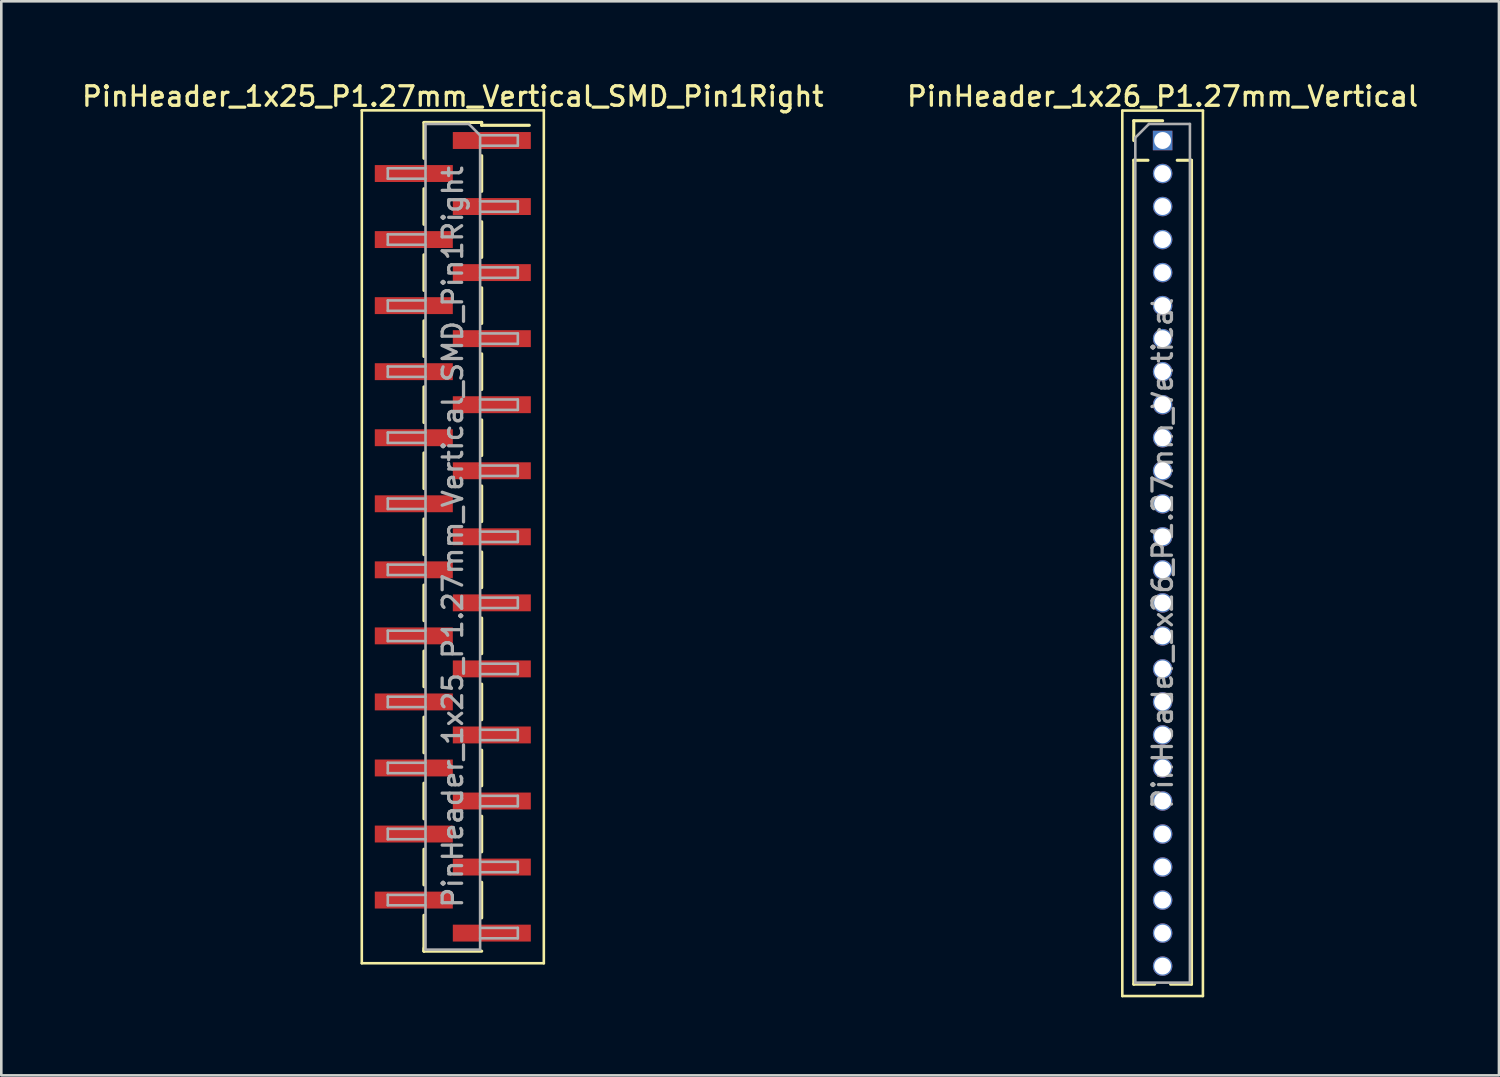
<source format=kicad_pcb>
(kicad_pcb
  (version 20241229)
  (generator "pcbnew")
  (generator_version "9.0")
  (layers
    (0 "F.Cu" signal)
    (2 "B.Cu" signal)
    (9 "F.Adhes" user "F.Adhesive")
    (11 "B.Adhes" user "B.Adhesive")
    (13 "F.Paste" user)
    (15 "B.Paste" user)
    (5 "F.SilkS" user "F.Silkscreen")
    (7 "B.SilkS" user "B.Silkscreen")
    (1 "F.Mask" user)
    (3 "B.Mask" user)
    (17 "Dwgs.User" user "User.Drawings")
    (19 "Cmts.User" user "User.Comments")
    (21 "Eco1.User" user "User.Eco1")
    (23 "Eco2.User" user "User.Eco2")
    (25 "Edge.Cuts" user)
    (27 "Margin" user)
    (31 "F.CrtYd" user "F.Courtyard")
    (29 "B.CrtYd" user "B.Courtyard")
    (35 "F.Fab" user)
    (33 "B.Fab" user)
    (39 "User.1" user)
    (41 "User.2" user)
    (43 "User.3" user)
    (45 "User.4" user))
  (footprint "PinHeader_1x25_P1.27mm_Vertical_SMD_Pin1Right"
    (layer "F.Cu")
    (at 14.363 17.593)
    (property "Reference" "PinHeader_1x25_P1.27mm_Vertical_SMD_Pin1Right" (at 0 -16.935 0) (layer "F.SilkS") (effects (font (size 0.75 0.75) (thickness 0.125))))
    (attr smd)
    (fp_line (start -3.5 -16.4) (end -3.5 16.4) (stroke (width 0.1) (type solid)) (layer "F.SilkS"))
    (fp_line (start -3.5 16.4) (end 3.5 16.4) (stroke (width 0.1) (type solid)) (layer "F.SilkS"))
    (fp_line (start -1.11 -15.935) (end 1.11 -15.935) (stroke (width 0.12) (type solid)) (layer "F.SilkS"))
    (fp_line (start -1.11 -15.925) (end -1.11 -14.555) (stroke (width 0.12) (type solid)) (layer "F.SilkS"))
    (fp_line (start -1.11 -13.385) (end -1.11 -12.015) (stroke (width 0.12) (type solid)) (layer "F.SilkS"))
    (fp_line (start -1.11 -10.845) (end -1.11 -9.475) (stroke (width 0.12) (type solid)) (layer "F.SilkS"))
    (fp_line (start -1.11 -8.305) (end -1.11 -6.935) (stroke (width 0.12) (type solid)) (layer "F.SilkS"))
    (fp_line (start -1.11 -5.765) (end -1.11 -4.395) (stroke (width 0.12) (type solid)) (layer "F.SilkS"))
    (fp_line (start -1.11 -3.225) (end -1.11 -1.855) (stroke (width 0.12) (type solid)) (layer "F.SilkS"))
    (fp_line (start -1.11 -0.685) (end -1.11 0.685) (stroke (width 0.12) (type solid)) (layer "F.SilkS"))
    (fp_line (start -1.11 1.855) (end -1.11 3.225) (stroke (width 0.12) (type solid)) (layer "F.SilkS"))
    (fp_line (start -1.11 4.395) (end -1.11 5.765) (stroke (width 0.12) (type solid)) (layer "F.SilkS"))
    (fp_line (start -1.11 6.935) (end -1.11 8.305) (stroke (width 0.12) (type solid)) (layer "F.SilkS"))
    (fp_line (start -1.11 9.475) (end -1.11 10.845) (stroke (width 0.12) (type solid)) (layer "F.SilkS"))
    (fp_line (start -1.11 12.015) (end -1.11 13.385) (stroke (width 0.12) (type solid)) (layer "F.SilkS"))
    (fp_line (start -1.11 14.555) (end -1.11 15.925) (stroke (width 0.12) (type solid)) (layer "F.SilkS"))
    (fp_line (start -1.11 15.825) (end -1.11 15.935) (stroke (width 0.12) (type solid)) (layer "F.SilkS"))
    (fp_line (start -1.11 15.935) (end 1.11 15.935) (stroke (width 0.12) (type solid)) (layer "F.SilkS"))
    (fp_line (start 1.11 -15.935) (end 1.11 -15.825) (stroke (width 0.12) (type solid)) (layer "F.SilkS"))
    (fp_line (start 1.11 -15.825) (end 2.94 -15.825) (stroke (width 0.12) (type solid)) (layer "F.SilkS"))
    (fp_line (start 1.11 -14.655) (end 1.11 -13.285) (stroke (width 0.12) (type solid)) (layer "F.SilkS"))
    (fp_line (start 1.11 -12.115) (end 1.11 -10.745) (stroke (width 0.12) (type solid)) (layer "F.SilkS"))
    (fp_line (start 1.11 -9.575) (end 1.11 -8.205) (stroke (width 0.12) (type solid)) (layer "F.SilkS"))
    (fp_line (start 1.11 -7.035) (end 1.11 -5.665) (stroke (width 0.12) (type solid)) (layer "F.SilkS"))
    (fp_line (start 1.11 -4.495) (end 1.11 -3.125) (stroke (width 0.12) (type solid)) (layer "F.SilkS"))
    (fp_line (start 1.11 -1.955) (end 1.11 -0.585) (stroke (width 0.12) (type solid)) (layer "F.SilkS"))
    (fp_line (start 1.11 0.585) (end 1.11 1.955) (stroke (width 0.12) (type solid)) (layer "F.SilkS"))
    (fp_line (start 1.11 3.125) (end 1.11 4.495) (stroke (width 0.12) (type solid)) (layer "F.SilkS"))
    (fp_line (start 1.11 5.665) (end 1.11 7.035) (stroke (width 0.12) (type solid)) (layer "F.SilkS"))
    (fp_line (start 1.11 8.205) (end 1.11 9.575) (stroke (width 0.12) (type solid)) (layer "F.SilkS"))
    (fp_line (start 1.11 10.745) (end 1.11 12.115) (stroke (width 0.12) (type solid)) (layer "F.SilkS"))
    (fp_line (start 1.11 13.285) (end 1.11 14.655) (stroke (width 0.12) (type solid)) (layer "F.SilkS"))
    (fp_line (start 3.5 -16.4) (end -3.5 -16.4) (stroke (width 0.1) (type solid)) (layer "F.SilkS"))
    (fp_line (start 3.5 16.4) (end 3.5 -16.4) (stroke (width 0.1) (type solid)) (layer "F.SilkS"))
    (fp_line (start -2.5 -14.17) (end -2.5 -13.77) (stroke (width 0.1) (type solid)) (layer "F.Fab"))
    (fp_line (start -2.5 -13.77) (end -1.05 -13.77) (stroke (width 0.1) (type solid)) (layer "F.Fab"))
    (fp_line (start -2.5 -11.63) (end -2.5 -11.23) (stroke (width 0.1) (type solid)) (layer "F.Fab"))
    (fp_line (start -2.5 -11.23) (end -1.05 -11.23) (stroke (width 0.1) (type solid)) (layer "F.Fab"))
    (fp_line (start -2.5 -9.09) (end -2.5 -8.69) (stroke (width 0.1) (type solid)) (layer "F.Fab"))
    (fp_line (start -2.5 -8.69) (end -1.05 -8.69) (stroke (width 0.1) (type solid)) (layer "F.Fab"))
    (fp_line (start -2.5 -6.55) (end -2.5 -6.15) (stroke (width 0.1) (type solid)) (layer "F.Fab"))
    (fp_line (start -2.5 -6.15) (end -1.05 -6.15) (stroke (width 0.1) (type solid)) (layer "F.Fab"))
    (fp_line (start -2.5 -4.01) (end -2.5 -3.61) (stroke (width 0.1) (type solid)) (layer "F.Fab"))
    (fp_line (start -2.5 -3.61) (end -1.05 -3.61) (stroke (width 0.1) (type solid)) (layer "F.Fab"))
    (fp_line (start -2.5 -1.47) (end -2.5 -1.07) (stroke (width 0.1) (type solid)) (layer "F.Fab"))
    (fp_line (start -2.5 -1.07) (end -1.05 -1.07) (stroke (width 0.1) (type solid)) (layer "F.Fab"))
    (fp_line (start -2.5 1.07) (end -2.5 1.47) (stroke (width 0.1) (type solid)) (layer "F.Fab"))
    (fp_line (start -2.5 1.47) (end -1.05 1.47) (stroke (width 0.1) (type solid)) (layer "F.Fab"))
    (fp_line (start -2.5 3.61) (end -2.5 4.01) (stroke (width 0.1) (type solid)) (layer "F.Fab"))
    (fp_line (start -2.5 4.01) (end -1.05 4.01) (stroke (width 0.1) (type solid)) (layer "F.Fab"))
    (fp_line (start -2.5 6.15) (end -2.5 6.55) (stroke (width 0.1) (type solid)) (layer "F.Fab"))
    (fp_line (start -2.5 6.55) (end -1.05 6.55) (stroke (width 0.1) (type solid)) (layer "F.Fab"))
    (fp_line (start -2.5 8.69) (end -2.5 9.09) (stroke (width 0.1) (type solid)) (layer "F.Fab"))
    (fp_line (start -2.5 9.09) (end -1.05 9.09) (stroke (width 0.1) (type solid)) (layer "F.Fab"))
    (fp_line (start -2.5 11.23) (end -2.5 11.63) (stroke (width 0.1) (type solid)) (layer "F.Fab"))
    (fp_line (start -2.5 11.63) (end -1.05 11.63) (stroke (width 0.1) (type solid)) (layer "F.Fab"))
    (fp_line (start -2.5 13.77) (end -2.5 14.17) (stroke (width 0.1) (type solid)) (layer "F.Fab"))
    (fp_line (start -2.5 14.17) (end -1.05 14.17) (stroke (width 0.1) (type solid)) (layer "F.Fab"))
    (fp_line (start -1.05 -15.875) (end -1.05 15.875) (stroke (width 0.1) (type solid)) (layer "F.Fab"))
    (fp_line (start -1.05 -15.875) (end 0.615 -15.875) (stroke (width 0.1) (type solid)) (layer "F.Fab"))
    (fp_line (start -1.05 -14.17) (end -2.5 -14.17) (stroke (width 0.1) (type solid)) (layer "F.Fab"))
    (fp_line (start -1.05 -11.63) (end -2.5 -11.63) (stroke (width 0.1) (type solid)) (layer "F.Fab"))
    (fp_line (start -1.05 -9.09) (end -2.5 -9.09) (stroke (width 0.1) (type solid)) (layer "F.Fab"))
    (fp_line (start -1.05 -6.55) (end -2.5 -6.55) (stroke (width 0.1) (type solid)) (layer "F.Fab"))
    (fp_line (start -1.05 -4.01) (end -2.5 -4.01) (stroke (width 0.1) (type solid)) (layer "F.Fab"))
    (fp_line (start -1.05 -1.47) (end -2.5 -1.47) (stroke (width 0.1) (type solid)) (layer "F.Fab"))
    (fp_line (start -1.05 1.07) (end -2.5 1.07) (stroke (width 0.1) (type solid)) (layer "F.Fab"))
    (fp_line (start -1.05 3.61) (end -2.5 3.61) (stroke (width 0.1) (type solid)) (layer "F.Fab"))
    (fp_line (start -1.05 6.15) (end -2.5 6.15) (stroke (width 0.1) (type solid)) (layer "F.Fab"))
    (fp_line (start -1.05 8.69) (end -2.5 8.69) (stroke (width 0.1) (type solid)) (layer "F.Fab"))
    (fp_line (start -1.05 11.23) (end -2.5 11.23) (stroke (width 0.1) (type solid)) (layer "F.Fab"))
    (fp_line (start -1.05 13.77) (end -2.5 13.77) (stroke (width 0.1) (type solid)) (layer "F.Fab"))
    (fp_line (start 1.05 -15.44) (end 0.615 -15.875) (stroke (width 0.1) (type solid)) (layer "F.Fab"))
    (fp_line (start 1.05 -15.44) (end 2.5 -15.44) (stroke (width 0.1) (type solid)) (layer "F.Fab"))
    (fp_line (start 1.05 -12.9) (end 2.5 -12.9) (stroke (width 0.1) (type solid)) (layer "F.Fab"))
    (fp_line (start 1.05 -10.36) (end 2.5 -10.36) (stroke (width 0.1) (type solid)) (layer "F.Fab"))
    (fp_line (start 1.05 -7.82) (end 2.5 -7.82) (stroke (width 0.1) (type solid)) (layer "F.Fab"))
    (fp_line (start 1.05 -5.28) (end 2.5 -5.28) (stroke (width 0.1) (type solid)) (layer "F.Fab"))
    (fp_line (start 1.05 -2.74) (end 2.5 -2.74) (stroke (width 0.1) (type solid)) (layer "F.Fab"))
    (fp_line (start 1.05 -0.2) (end 2.5 -0.2) (stroke (width 0.1) (type solid)) (layer "F.Fab"))
    (fp_line (start 1.05 2.34) (end 2.5 2.34) (stroke (width 0.1) (type solid)) (layer "F.Fab"))
    (fp_line (start 1.05 4.88) (end 2.5 4.88) (stroke (width 0.1) (type solid)) (layer "F.Fab"))
    (fp_line (start 1.05 7.42) (end 2.5 7.42) (stroke (width 0.1) (type solid)) (layer "F.Fab"))
    (fp_line (start 1.05 9.96) (end 2.5 9.96) (stroke (width 0.1) (type solid)) (layer "F.Fab"))
    (fp_line (start 1.05 12.5) (end 2.5 12.5) (stroke (width 0.1) (type solid)) (layer "F.Fab"))
    (fp_line (start 1.05 15.04) (end 2.5 15.04) (stroke (width 0.1) (type solid)) (layer "F.Fab"))
    (fp_line (start 1.05 15.875) (end -1.05 15.875) (stroke (width 0.1) (type solid)) (layer "F.Fab"))
    (fp_line (start 1.05 15.875) (end 1.05 -15.44) (stroke (width 0.1) (type solid)) (layer "F.Fab"))
    (fp_line (start 2.5 -15.44) (end 2.5 -15.04) (stroke (width 0.1) (type solid)) (layer "F.Fab"))
    (fp_line (start 2.5 -15.04) (end 1.05 -15.04) (stroke (width 0.1) (type solid)) (layer "F.Fab"))
    (fp_line (start 2.5 -12.9) (end 2.5 -12.5) (stroke (width 0.1) (type solid)) (layer "F.Fab"))
    (fp_line (start 2.5 -12.5) (end 1.05 -12.5) (stroke (width 0.1) (type solid)) (layer "F.Fab"))
    (fp_line (start 2.5 -10.36) (end 2.5 -9.96) (stroke (width 0.1) (type solid)) (layer "F.Fab"))
    (fp_line (start 2.5 -9.96) (end 1.05 -9.96) (stroke (width 0.1) (type solid)) (layer "F.Fab"))
    (fp_line (start 2.5 -7.82) (end 2.5 -7.42) (stroke (width 0.1) (type solid)) (layer "F.Fab"))
    (fp_line (start 2.5 -7.42) (end 1.05 -7.42) (stroke (width 0.1) (type solid)) (layer "F.Fab"))
    (fp_line (start 2.5 -5.28) (end 2.5 -4.88) (stroke (width 0.1) (type solid)) (layer "F.Fab"))
    (fp_line (start 2.5 -4.88) (end 1.05 -4.88) (stroke (width 0.1) (type solid)) (layer "F.Fab"))
    (fp_line (start 2.5 -2.74) (end 2.5 -2.34) (stroke (width 0.1) (type solid)) (layer "F.Fab"))
    (fp_line (start 2.5 -2.34) (end 1.05 -2.34) (stroke (width 0.1) (type solid)) (layer "F.Fab"))
    (fp_line (start 2.5 -0.2) (end 2.5 0.2) (stroke (width 0.1) (type solid)) (layer "F.Fab"))
    (fp_line (start 2.5 0.2) (end 1.05 0.2) (stroke (width 0.1) (type solid)) (layer "F.Fab"))
    (fp_line (start 2.5 2.34) (end 2.5 2.74) (stroke (width 0.1) (type solid)) (layer "F.Fab"))
    (fp_line (start 2.5 2.74) (end 1.05 2.74) (stroke (width 0.1) (type solid)) (layer "F.Fab"))
    (fp_line (start 2.5 4.88) (end 2.5 5.28) (stroke (width 0.1) (type solid)) (layer "F.Fab"))
    (fp_line (start 2.5 5.28) (end 1.05 5.28) (stroke (width 0.1) (type solid)) (layer "F.Fab"))
    (fp_line (start 2.5 7.42) (end 2.5 7.82) (stroke (width 0.1) (type solid)) (layer "F.Fab"))
    (fp_line (start 2.5 7.82) (end 1.05 7.82) (stroke (width 0.1) (type solid)) (layer "F.Fab"))
    (fp_line (start 2.5 9.96) (end 2.5 10.36) (stroke (width 0.1) (type solid)) (layer "F.Fab"))
    (fp_line (start 2.5 10.36) (end 1.05 10.36) (stroke (width 0.1) (type solid)) (layer "F.Fab"))
    (fp_line (start 2.5 12.5) (end 2.5 12.9) (stroke (width 0.1) (type solid)) (layer "F.Fab"))
    (fp_line (start 2.5 12.9) (end 1.05 12.9) (stroke (width 0.1) (type solid)) (layer "F.Fab"))
    (fp_line (start 2.5 15.04) (end 2.5 15.44) (stroke (width 0.1) (type solid)) (layer "F.Fab"))
    (fp_line (start 2.5 15.44) (end 1.05 15.44) (stroke (width 0.1) (type solid)) (layer "F.Fab"))
    (fp_text user "${REFERENCE}" (at 0 0 90) (layer "F.Fab") (effects (font (size 0.75 0.75) (thickness 0.125))))
    (pad "1" smd rect (at 1.5 -15.24) (size 3 0.65) (layers "F.Cu" "F.Mask" "F.Paste"))
    (pad "2" smd rect (at -1.5 -13.97) (size 3 0.65) (layers "F.Cu" "F.Mask" "F.Paste"))
    (pad "3" smd rect (at 1.5 -12.7) (size 3 0.65) (layers "F.Cu" "F.Mask" "F.Paste"))
    (pad "4" smd rect (at -1.5 -11.43) (size 3 0.65) (layers "F.Cu" "F.Mask" "F.Paste"))
    (pad "5" smd rect (at 1.5 -10.16) (size 3 0.65) (layers "F.Cu" "F.Mask" "F.Paste"))
    (pad "6" smd rect (at -1.5 -8.89) (size 3 0.65) (layers "F.Cu" "F.Mask" "F.Paste"))
    (pad "7" smd rect (at 1.5 -7.62) (size 3 0.65) (layers "F.Cu" "F.Mask" "F.Paste"))
    (pad "8" smd rect (at -1.5 -6.35) (size 3 0.65) (layers "F.Cu" "F.Mask" "F.Paste"))
    (pad "9" smd rect (at 1.5 -5.08) (size 3 0.65) (layers "F.Cu" "F.Mask" "F.Paste"))
    (pad "10" smd rect (at -1.5 -3.81) (size 3 0.65) (layers "F.Cu" "F.Mask" "F.Paste"))
    (pad "11" smd rect (at 1.5 -2.54) (size 3 0.65) (layers "F.Cu" "F.Mask" "F.Paste"))
    (pad "12" smd rect (at -1.5 -1.27) (size 3 0.65) (layers "F.Cu" "F.Mask" "F.Paste"))
    (pad "13" smd rect (at 1.5 0) (size 3 0.65) (layers "F.Cu" "F.Mask" "F.Paste"))
    (pad "14" smd rect (at -1.5 1.27) (size 3 0.65) (layers "F.Cu" "F.Mask" "F.Paste"))
    (pad "15" smd rect (at 1.5 2.54) (size 3 0.65) (layers "F.Cu" "F.Mask" "F.Paste"))
    (pad "16" smd rect (at -1.5 3.81) (size 3 0.65) (layers "F.Cu" "F.Mask" "F.Paste"))
    (pad "17" smd rect (at 1.5 5.08) (size 3 0.65) (layers "F.Cu" "F.Mask" "F.Paste"))
    (pad "18" smd rect (at -1.5 6.35) (size 3 0.65) (layers "F.Cu" "F.Mask" "F.Paste"))
    (pad "19" smd rect (at 1.5 7.62) (size 3 0.65) (layers "F.Cu" "F.Mask" "F.Paste"))
    (pad "20" smd rect (at -1.5 8.89) (size 3 0.65) (layers "F.Cu" "F.Mask" "F.Paste"))
    (pad "21" smd rect (at 1.5 10.16) (size 3 0.65) (layers "F.Cu" "F.Mask" "F.Paste"))
    (pad "22" smd rect (at -1.5 11.43) (size 3 0.65) (layers "F.Cu" "F.Mask" "F.Paste"))
    (pad "23" smd rect (at 1.5 12.7) (size 3 0.65) (layers "F.Cu" "F.Mask" "F.Paste"))
    (pad "24" smd rect (at -1.5 13.97) (size 3 0.65) (layers "F.Cu" "F.Mask" "F.Paste"))
    (pad "25" smd rect (at 1.5 15.24) (size 3 0.65) (layers "F.Cu" "F.Mask" "F.Paste")))
  (footprint "PinHeader_1x26_P1.27mm_Vertical"
    (layer "F.Cu")
    (at 41.659 2.353)
    (property "Reference" "PinHeader_1x26_P1.27mm_Vertical" (at 0 -1.695 0) (layer "F.SilkS") (effects (font (size 0.75 0.75) (thickness 0.125))))
    (attr through_hole)
    (fp_line (start -1.55 -1.15) (end -1.55 32.9) (stroke (width 0.1) (type solid)) (layer "F.SilkS"))
    (fp_line (start -1.55 32.9) (end 1.55 32.9) (stroke (width 0.1) (type solid)) (layer "F.SilkS"))
    (fp_line (start -1.11 -0.76) (end 0 -0.76) (stroke (width 0.12) (type solid)) (layer "F.SilkS"))
    (fp_line (start -1.11 0) (end -1.11 -0.76) (stroke (width 0.12) (type solid)) (layer "F.SilkS"))
    (fp_line (start -1.11 0.76) (end -1.11 32.445) (stroke (width 0.12) (type solid)) (layer "F.SilkS"))
    (fp_line (start -1.11 0.76) (end -0.563 0.76) (stroke (width 0.12) (type solid)) (layer "F.SilkS"))
    (fp_line (start -1.11 32.445) (end -0.308 32.445) (stroke (width 0.12) (type solid)) (layer "F.SilkS"))
    (fp_line (start 0.308 32.445) (end 1.11 32.445) (stroke (width 0.12) (type solid)) (layer "F.SilkS"))
    (fp_line (start 0.563 0.76) (end 1.11 0.76) (stroke (width 0.12) (type solid)) (layer "F.SilkS"))
    (fp_line (start 1.11 0.76) (end 1.11 32.445) (stroke (width 0.12) (type solid)) (layer "F.SilkS"))
    (fp_line (start 1.55 -1.15) (end -1.55 -1.15) (stroke (width 0.1) (type solid)) (layer "F.SilkS"))
    (fp_line (start 1.55 32.9) (end 1.55 -1.15) (stroke (width 0.1) (type solid)) (layer "F.SilkS"))
    (fp_line (start -1.05 -0.11) (end -0.525 -0.635) (stroke (width 0.1) (type solid)) (layer "F.Fab"))
    (fp_line (start -1.05 32.385) (end -1.05 -0.11) (stroke (width 0.1) (type solid)) (layer "F.Fab"))
    (fp_line (start -0.525 -0.635) (end 1.05 -0.635) (stroke (width 0.1) (type solid)) (layer "F.Fab"))
    (fp_line (start 1.05 -0.635) (end 1.05 32.385) (stroke (width 0.1) (type solid)) (layer "F.Fab"))
    (fp_line (start 1.05 32.385) (end -1.05 32.385) (stroke (width 0.1) (type solid)) (layer "F.Fab"))
    (fp_text user "${REFERENCE}" (at 0 15.875 90) (layer "F.Fab") (effects (font (size 0.75 0.75) (thickness 0.125))))
    (pad "1" thru_hole rect (at 0 0) (size 0.75 0.75) (drill 0.65) (layers "*.Cu" "*.Mask"))
    (pad "2" thru_hole oval (at 0 1.27) (size 0.75 0.75) (drill 0.65) (layers "*.Cu" "*.Mask"))
    (pad "3" thru_hole oval (at 0 2.54) (size 0.75 0.75) (drill 0.65) (layers "*.Cu" "*.Mask"))
    (pad "4" thru_hole oval (at 0 3.81) (size 0.75 0.75) (drill 0.65) (layers "*.Cu" "*.Mask"))
    (pad "5" thru_hole oval (at 0 5.08) (size 0.75 0.75) (drill 0.65) (layers "*.Cu" "*.Mask"))
    (pad "6" thru_hole oval (at 0 6.35) (size 0.75 0.75) (drill 0.65) (layers "*.Cu" "*.Mask"))
    (pad "7" thru_hole oval (at 0 7.62) (size 0.75 0.75) (drill 0.65) (layers "*.Cu" "*.Mask"))
    (pad "8" thru_hole oval (at 0 8.89) (size 0.75 0.75) (drill 0.65) (layers "*.Cu" "*.Mask"))
    (pad "9" thru_hole oval (at 0 10.16) (size 0.75 0.75) (drill 0.65) (layers "*.Cu" "*.Mask"))
    (pad "10" thru_hole oval (at 0 11.43) (size 0.75 0.75) (drill 0.65) (layers "*.Cu" "*.Mask"))
    (pad "11" thru_hole oval (at 0 12.7) (size 0.75 0.75) (drill 0.65) (layers "*.Cu" "*.Mask"))
    (pad "12" thru_hole oval (at 0 13.97) (size 0.75 0.75) (drill 0.65) (layers "*.Cu" "*.Mask"))
    (pad "13" thru_hole oval (at 0 15.24) (size 0.75 0.75) (drill 0.65) (layers "*.Cu" "*.Mask"))
    (pad "14" thru_hole oval (at 0 16.51) (size 0.75 0.75) (drill 0.65) (layers "*.Cu" "*.Mask"))
    (pad "15" thru_hole oval (at 0 17.78) (size 0.75 0.75) (drill 0.65) (layers "*.Cu" "*.Mask"))
    (pad "16" thru_hole oval (at 0 19.05) (size 0.75 0.75) (drill 0.65) (layers "*.Cu" "*.Mask"))
    (pad "17" thru_hole oval (at 0 20.32) (size 0.75 0.75) (drill 0.65) (layers "*.Cu" "*.Mask"))
    (pad "18" thru_hole oval (at 0 21.59) (size 0.75 0.75) (drill 0.65) (layers "*.Cu" "*.Mask"))
    (pad "19" thru_hole oval (at 0 22.86) (size 0.75 0.75) (drill 0.65) (layers "*.Cu" "*.Mask"))
    (pad "20" thru_hole oval (at 0 24.13) (size 0.75 0.75) (drill 0.65) (layers "*.Cu" "*.Mask"))
    (pad "21" thru_hole oval (at 0 25.4) (size 0.75 0.75) (drill 0.65) (layers "*.Cu" "*.Mask"))
    (pad "22" thru_hole oval (at 0 26.67) (size 0.75 0.75) (drill 0.65) (layers "*.Cu" "*.Mask"))
    (pad "23" thru_hole oval (at 0 27.94) (size 0.75 0.75) (drill 0.65) (layers "*.Cu" "*.Mask"))
    (pad "24" thru_hole oval (at 0 29.21) (size 0.75 0.75) (drill 0.65) (layers "*.Cu" "*.Mask"))
    (pad "25" thru_hole oval (at 0 30.48) (size 0.75 0.75) (drill 0.65) (layers "*.Cu" "*.Mask"))
    (pad "26" thru_hole oval (at 0 31.75) (size 0.75 0.75) (drill 0.65) (layers "*.Cu" "*.Mask")))
  (gr_rect
    (start -3 -3)
    (end 54.593 38.303)
    (stroke (width 0.1) (type default))
    (fill no)
    (layer "Edge.Cuts")))
</source>
